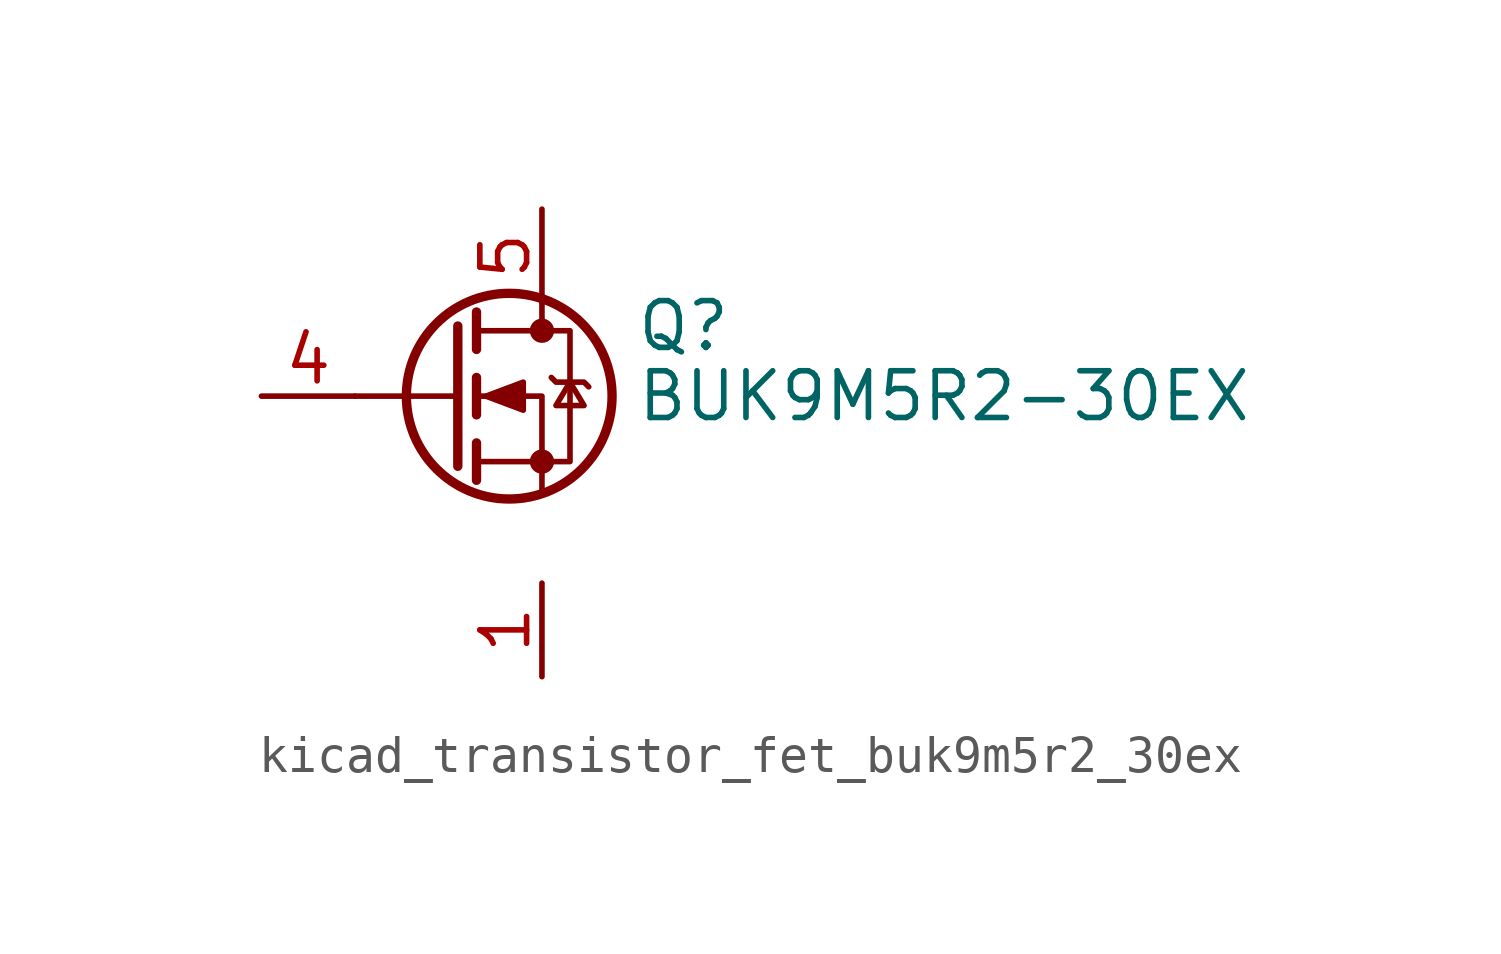
<source format=kicad_sym>
(kicad_symbol_lib
  (version 20220914)
  (generator kicad_symbol_editor)
  (symbol "kicad_transistor_fet_buk9m5r2_30ex"
    (pin_names hide)
    (property "Reference" "Q"
      (at 5.08 1.905 0)
      (effects (font (size 1.27 1.27)) (justify left)))
    (property "Value" "BUK9M5R2-30EX"
      (at 5.08 0 0)
      (effects (font (size 1.27 1.27)) (justify left)))
    (symbol "kicad_transistor_fet_buk9m5r2_30ex_0_1"
      (polyline (pts (xy 0.254 0) (xy -2.54 0)) (stroke (width 0) (type default)) (fill (type none)))
      (polyline (pts (xy 0.254 1.905) (xy 0.254 -1.905)) (stroke (width 0.254) (type default)) (fill (type none)))
      (polyline (pts (xy 0.762 -1.27) (xy 0.762 -2.286)) (stroke (width 0.254) (type default)) (fill (type none)))
      (polyline (pts (xy 0.762 0.508) (xy 0.762 -0.508)) (stroke (width 0.254) (type default)) (fill (type none)))
      (polyline (pts (xy 0.762 2.286) (xy 0.762 1.27)) (stroke (width 0.254) (type default)) (fill (type none)))
      (polyline (pts (xy 2.54 2.54) (xy 2.54 1.778)) (stroke (width 0) (type default)) (fill (type none)))
      (polyline (pts (xy 2.54 -2.54) (xy 2.54 0) (xy 0.762 0)) (stroke (width 0) (type default)) (fill (type none)))
      (polyline (pts (xy 0.762 -1.778) (xy 3.302 -1.778) (xy 3.302 1.778) (xy 0.762 1.778)) (stroke (width 0) (type default)) (fill (type none)))
      (polyline (pts (xy 1.016 0) (xy 2.032 0.381) (xy 2.032 -0.381) (xy 1.016 0)) (stroke (width 0) (type default)) (fill (type outline)))
      (polyline (pts (xy 2.794 0.508) (xy 2.921 0.381) (xy 3.683 0.381) (xy 3.81 0.254)) (stroke (width 0) (type default)) (fill (type none)))
      (polyline (pts (xy 3.302 0.381) (xy 2.921 -0.254) (xy 3.683 -0.254) (xy 3.302 0.381)) (stroke (width 0) (type default)) (fill (type none)))
      (circle (center 1.651 0) (radius 2.794) (stroke (width 0.254) (type default)) (fill (type none)))
      (circle (center 2.54 -1.778) (radius 0.254) (stroke (width 0) (type default)) (fill (type outline)))
      (circle (center 2.54 1.778) (radius 0.254) (stroke (width 0) (type default)) (fill (type outline))))
    (symbol "kicad_transistor_fet_buk9m5r2_30ex_1_1"
      (pin passive line (at 2.54 -5.08 270) (length 2.54) (name "S" (effects (font (size 1.27 1.27)))) (number "1" (effects (font (size 1.27 1.27)))))
      (pin passive line (at 2.54 -5.08 270) (length 2.54) hide (name "S" (effects (font (size 1.27 1.27)))) (number "2" (effects (font (size 1.27 1.27)))))
      (pin passive line (at 2.54 -5.08 90) (length 2.54) hide (name "S" (effects (font (size 1.27 1.27)))) (number "3" (effects (font (size 1.27 1.27)))))
      (pin passive line (at -5.08 0 0) (length 2.54) (name "G" (effects (font (size 1.27 1.27)))) (number "4" (effects (font (size 1.27 1.27)))))
      (pin passive line (at 2.54 5.08 270) (length 2.54) (name "D" (effects (font (size 1.27 1.27)))) (number "5" (effects (font (size 1.27 1.27))))))))
</source>
